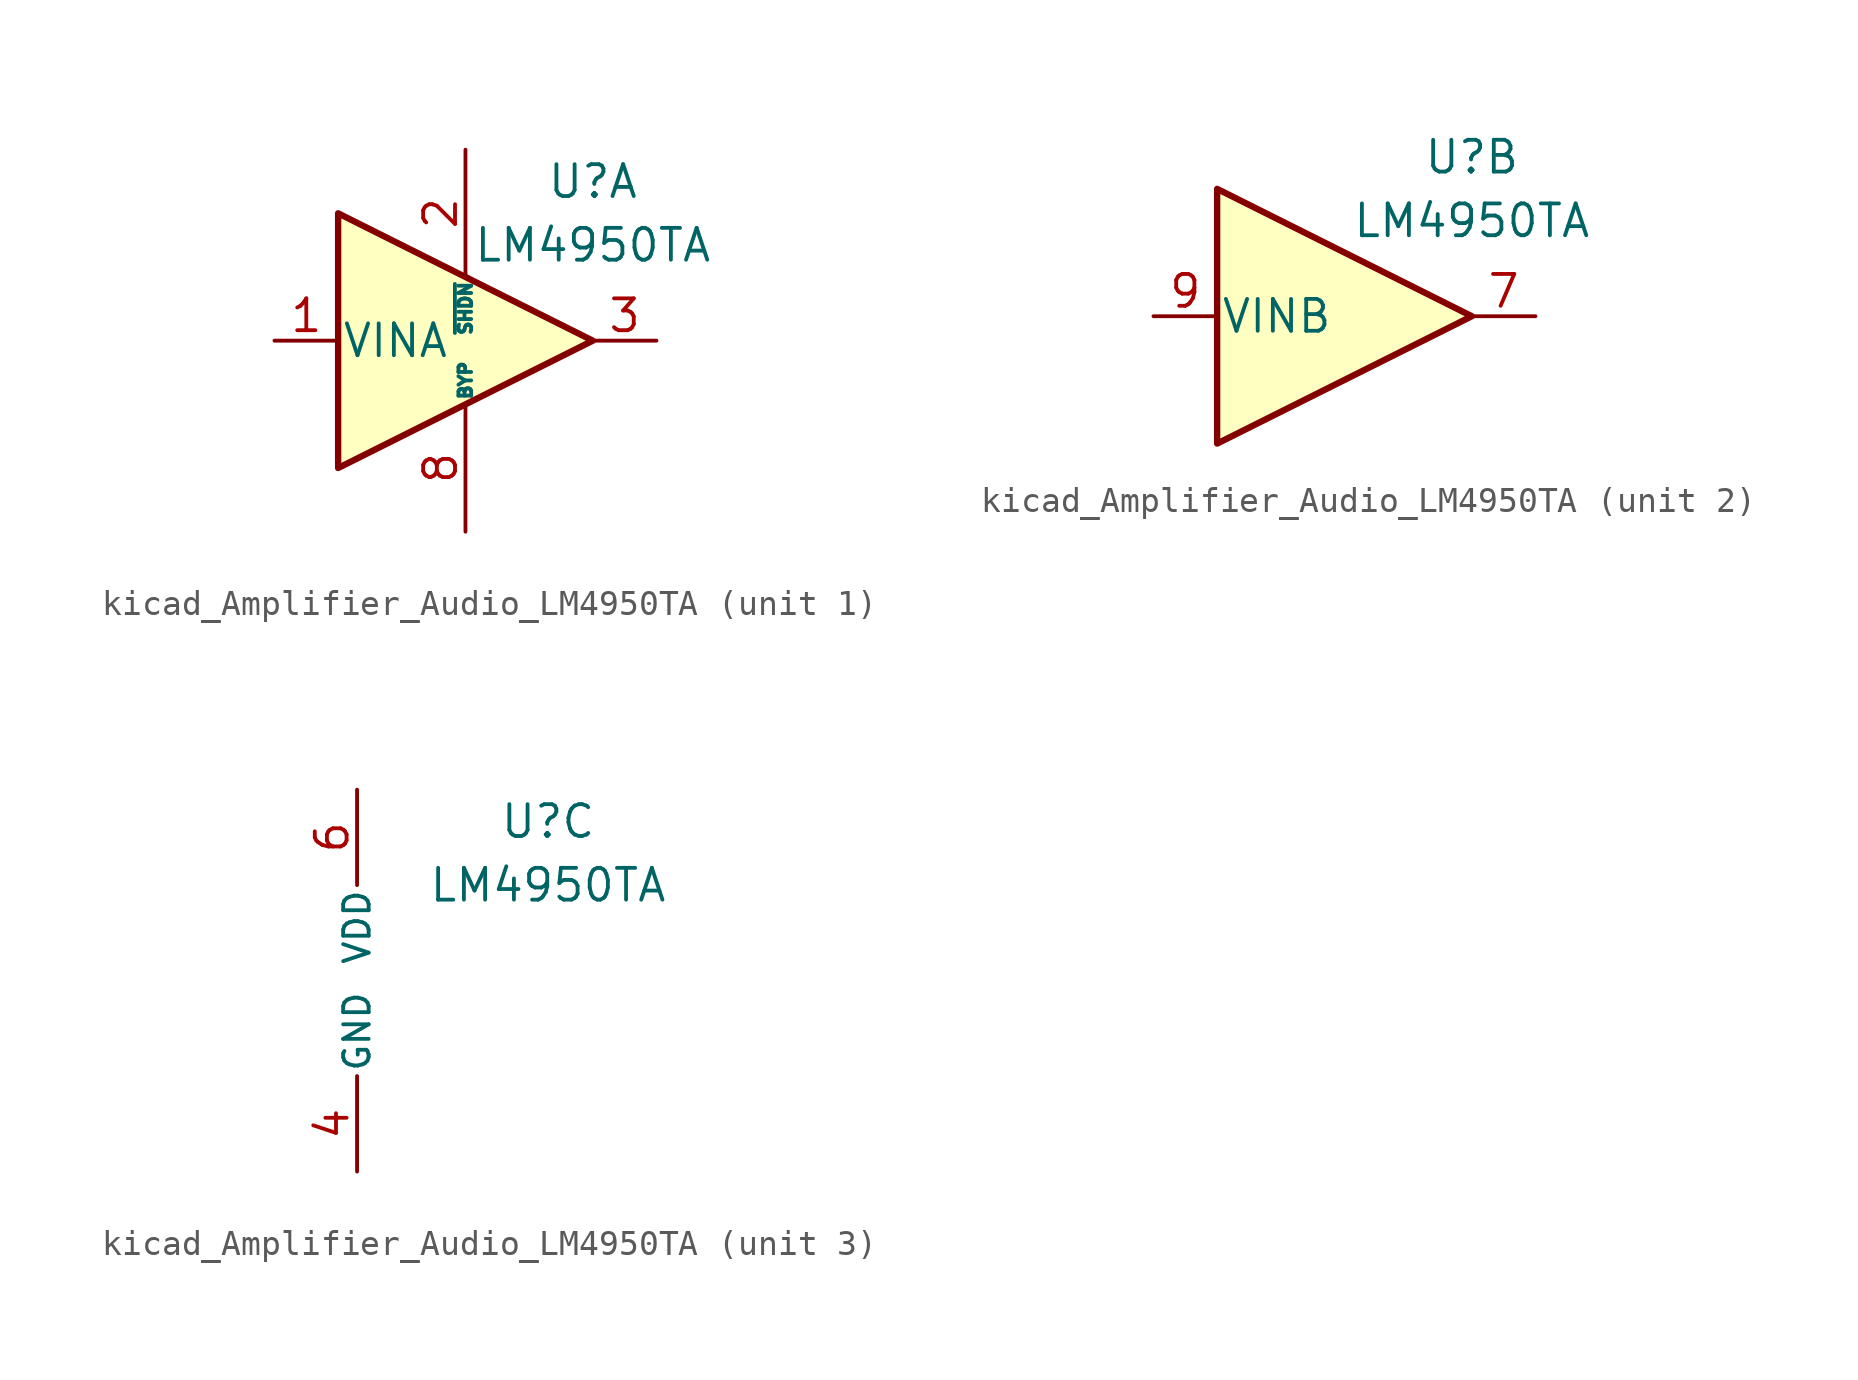
<source format=kicad_sym>
(kicad_symbol_lib
  (version 20220914)
  (generator kicad_symbol_editor)
  (symbol "kicad_Amplifier_Audio_LM4950TA"
    (pin_names
      (offset 0.127))
    (property "Reference" "U"
      (at 5.08 6.35 0)
      (effects (font (size 1.27 1.27))))
    (property "Value" "LM4950TA"
      (at 5.08 3.81 0)
      (effects (font (size 1.27 1.27))))
    (property "ki_locked" ""
      (at 0 0 0)
      (effects (font (size 1.27 1.27))))
    (symbol "kicad_Amplifier_Audio_LM4950TA_1_1"
      (polyline (pts (xy -5.08 5.08) (xy 5.08 0) (xy -5.08 -5.08) (xy -5.08 5.08)) (stroke (width 0.254) (type default)) (fill (type background)))
      (pin input line (at -7.62 0 0) (length 2.54) (name "VINA" (effects (font (size 1.27 1.27)))) (number "1" (effects (font (size 1.27 1.27)))))
      (pin input line (at 0 7.62 270) (length 5.08) (name "~{SHDN}" (effects (font (size 0.508 0.508)))) (number "2" (effects (font (size 1.27 1.27)))))
      (pin output line (at 7.62 0 180) (length 2.54) (name "~" (effects (font (size 1.27 1.27)))) (number "3" (effects (font (size 1.27 1.27)))))
      (pin passive line (at 0 -7.62 90) (length 5.08) (name "BYP" (effects (font (size 0.508 0.508)))) (number "8" (effects (font (size 1.27 1.27))))))
    (symbol "kicad_Amplifier_Audio_LM4950TA_2_1"
      (polyline (pts (xy -5.08 5.08) (xy 5.08 0) (xy -5.08 -5.08) (xy -5.08 5.08)) (stroke (width 0.254) (type default)) (fill (type background)))
      (pin output line (at 7.62 0 180) (length 2.54) (name "~" (effects (font (size 1.27 1.27)))) (number "7" (effects (font (size 1.27 1.27)))))
      (pin input line (at -7.62 0 0) (length 2.54) (name "VINB" (effects (font (size 1.27 1.27)))) (number "9" (effects (font (size 1.27 1.27))))))
    (symbol "kicad_Amplifier_Audio_LM4950TA_3_1"
      (pin power_in line (at -2.54 -7.62 90) (length 3.81) (name "GND" (effects (font (size 1.016 1.016)))) (number "4" (effects (font (size 1.27 1.27)))))
      (pin passive line (at -2.54 -7.62 90) (length 3.81) hide (name "GND" (effects (font (size 1.016 1.016)))) (number "5" (effects (font (size 1.27 1.27)))))
      (pin power_in line (at -2.54 7.62 270) (length 3.81) (name "VDD" (effects (font (size 1.016 1.016)))) (number "6" (effects (font (size 1.27 1.27))))))))
</source>
